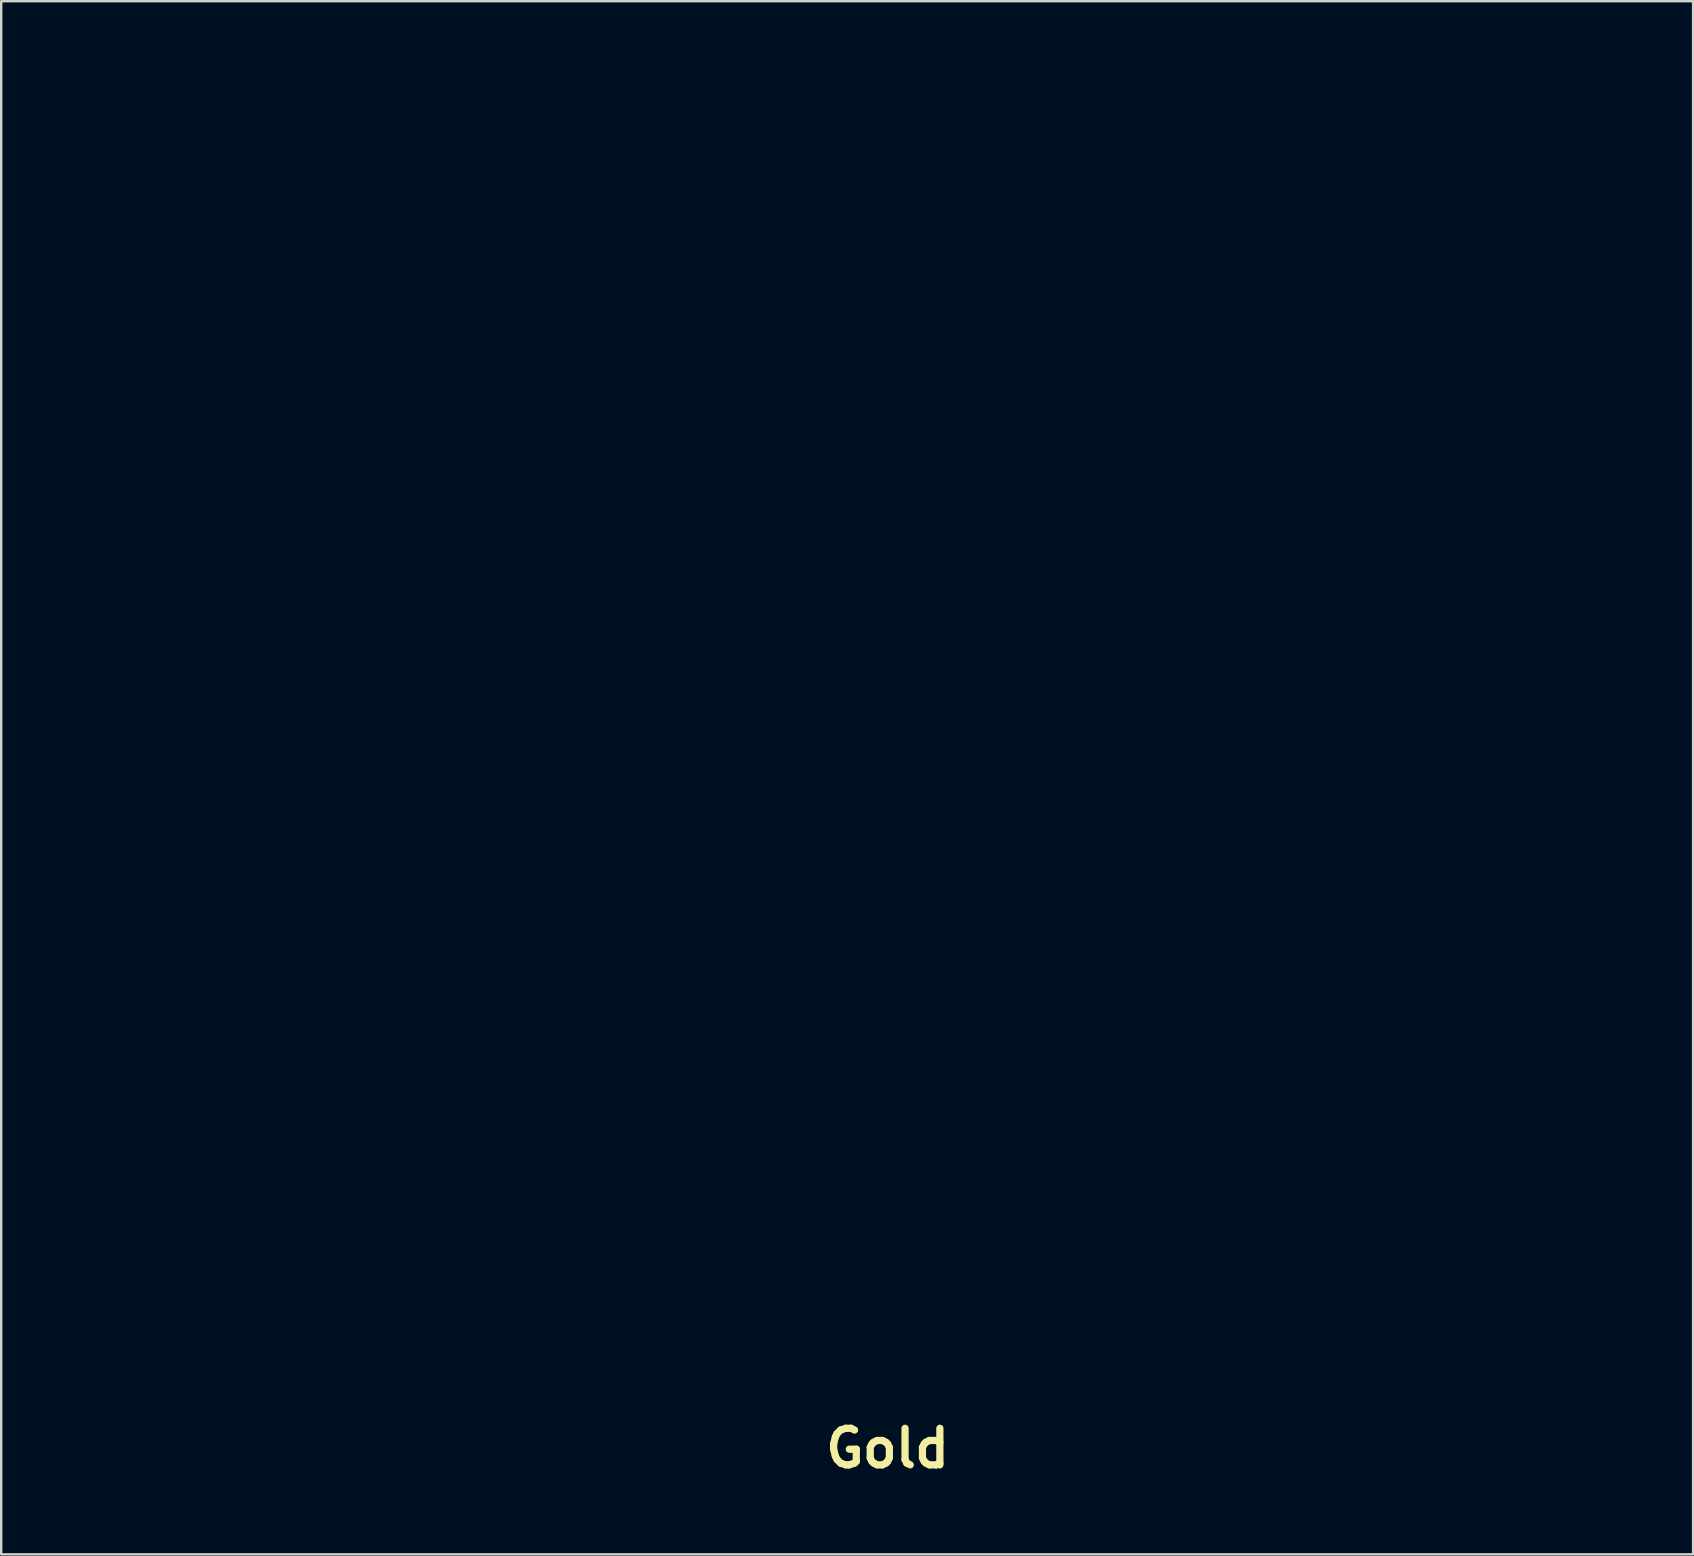
<source format=kicad_pcb>
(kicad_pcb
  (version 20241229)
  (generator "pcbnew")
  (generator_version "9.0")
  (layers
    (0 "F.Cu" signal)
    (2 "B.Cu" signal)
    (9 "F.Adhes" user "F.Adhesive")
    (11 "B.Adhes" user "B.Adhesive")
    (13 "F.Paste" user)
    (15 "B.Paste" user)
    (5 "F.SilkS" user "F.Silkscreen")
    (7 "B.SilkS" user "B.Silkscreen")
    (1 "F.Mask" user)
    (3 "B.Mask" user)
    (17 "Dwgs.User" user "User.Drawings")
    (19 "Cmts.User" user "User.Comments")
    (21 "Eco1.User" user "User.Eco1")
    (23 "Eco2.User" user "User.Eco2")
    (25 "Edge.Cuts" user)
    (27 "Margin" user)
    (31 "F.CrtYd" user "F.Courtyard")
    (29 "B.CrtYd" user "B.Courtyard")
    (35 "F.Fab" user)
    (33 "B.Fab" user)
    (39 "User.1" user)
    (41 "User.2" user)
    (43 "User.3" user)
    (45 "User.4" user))
  (footprint "Gold"
    (layer "F.Cu")
    (at 33.936 57.299)
    (property "Reference" "Gold" (at 0 0 0) (layer "F.SilkS") (effects (font (size 1.524 1.524) (thickness 0.3))))
    (attr through_hole)
    (fp_poly (pts (xy 16.072 -57.277) (xy 16.817 -57.207) (xy 17.476 -57.089) (xy 17.78 -57.003) (xy 18.701 -56.612) (xy 19.55 -56.097) (xy 20.29 -55.488) (xy 20.883 -54.81) (xy 21.13 -54.428) (xy 21.331 -54.113) (xy 21.566 -53.846) (xy 21.885 -53.58) (xy 22.283 -53.302) (xy 23.034 -52.75) (xy 23.645 -52.179) (xy 24.174 -51.528) (xy 24.581 -50.902) (xy 24.837 -50.508) (xy 25.186 -50.015) (xy 25.589 -49.475) (xy 26.006 -48.944) (xy 26.157 -48.759) (xy 26.937 -47.786) (xy 27.583 -46.911) (xy 28.09 -46.145) (xy 28.451 -45.495) (xy 28.572 -45.227) (xy 28.68 -44.923) (xy 28.75 -44.614) (xy 28.791 -44.242) (xy 28.81 -43.75) (xy 28.814 -43.48) (xy 28.82 -42.975) (xy 28.836 -42.623) (xy 28.873 -42.371) (xy 28.941 -42.17) (xy 29.052 -41.969) (xy 29.193 -41.752) (xy 29.625 -40.994) (xy 29.992 -40.133) (xy 30.281 -39.227) (xy 30.474 -38.327) (xy 30.557 -37.491) (xy 30.546 -37.023) (xy 30.392 -36.159) (xy 30.092 -35.32) (xy 29.668 -34.552) (xy 29.146 -33.902) (xy 28.76 -33.56) (xy 28.245 -33.172) (xy 28.307 -32.483) (xy 28.359 -31.671) (xy 28.373 -30.874) (xy 28.352 -30.137) (xy 28.295 -29.507) (xy 28.206 -29.028) (xy 28.199 -29.004) (xy 27.893 -28.207) (xy 27.432 -27.364) (xy 26.847 -26.513) (xy 26.167 -25.693) (xy 25.422 -24.942) (xy 24.641 -24.301) (xy 24.572 -24.252) (xy 23.636 -23.674) (xy 22.565 -23.162) (xy 21.422 -22.741) (xy 20.273 -22.435) (xy 19.471 -22.298) (xy 19.107 -22.23) (xy 18.776 -22.106) (xy 18.406 -21.895) (xy 18.164 -21.734) (xy 17.627 -21.395) (xy 17.115 -21.151) (xy 16.553 -20.972) (xy 15.868 -20.829) (xy 15.806 -20.818) (xy 15.268 -20.755) (xy 14.691 -20.748) (xy 14.044 -20.799) (xy 13.297 -20.914) (xy 12.416 -21.094) (xy 11.582 -21.292) (xy 10.865 -21.465) (xy 10.298 -21.591) (xy 9.833 -21.677) (xy 9.426 -21.73) (xy 9.029 -21.758) (xy 8.636 -21.767) (xy 7.614 -21.717) (xy 6.699 -21.549) (xy 5.911 -21.271) (xy 5.267 -20.889) (xy 4.785 -20.41) (xy 4.775 -20.396) (xy 4.492 -20.073) (xy 4.251 -19.924) (xy 4.066 -19.955) (xy 4.01 -20.021) (xy 3.984 -20.244) (xy 4.106 -20.542) (xy 4.348 -20.887) (xy 4.686 -21.247) (xy 5.092 -21.594) (xy 5.541 -21.897) (xy 5.769 -22.021) (xy 6.304 -22.258) (xy 6.832 -22.417) (xy 7.403 -22.51) (xy 8.072 -22.543) (xy 8.839 -22.528) (xy 9.492 -22.487) (xy 10.122 -22.415) (xy 10.796 -22.301) (xy 11.581 -22.137) (xy 11.786 -22.09) (xy 12.446 -21.942) (xy 12.97 -21.837) (xy 13.418 -21.768) (xy 13.848 -21.727) (xy 14.322 -21.706) (xy 14.9 -21.699) (xy 14.935 -21.698) (xy 15.579 -21.701) (xy 16.063 -21.718) (xy 16.431 -21.754) (xy 16.728 -21.813) (xy 16.942 -21.878) (xy 17.234 -21.992) (xy 17.428 -22.093) (xy 17.475 -22.142) (xy 17.381 -22.184) (xy 17.131 -22.23) (xy 16.769 -22.272) (xy 16.586 -22.288) (xy 16.124 -22.335) (xy 15.542 -22.414) (xy 14.916 -22.513) (xy 14.376 -22.61) (xy 13.018 -22.86) (xy 11.829 -23.05) (xy 10.785 -23.18) (xy 9.862 -23.25) (xy 9.033 -23.26) (xy 8.275 -23.209) (xy 7.563 -23.097) (xy 6.872 -22.925) (xy 6.178 -22.692) (xy 5.818 -22.55) (xy 5.236 -22.323) (xy 4.833 -22.189) (xy 4.608 -22.151) (xy 4.561 -22.208) (xy 4.689 -22.362) (xy 4.993 -22.613) (xy 5.359 -22.883) (xy 6.945 -23.93) (xy 7.283 -24.116) (xy 8.354 -24.116) (xy 8.366 -24.101) (xy 8.484 -24.137) (xy 8.658 -24.167) (xy 8.991 -24.199) (xy 9.436 -24.229) (xy 9.949 -24.254) (xy 10.037 -24.258) (xy 10.633 -24.273) (xy 11.167 -24.267) (xy 11.681 -24.234) (xy 12.217 -24.168) (xy 12.819 -24.065) (xy 13.528 -23.919) (xy 14.387 -23.725) (xy 14.464 -23.707) (xy 15.64 -23.459) (xy 16.677 -23.297) (xy 17.622 -23.22) (xy 18.518 -23.225) (xy 19.41 -23.31) (xy 20.075 -23.419) (xy 21.4 -23.761) (xy 22.731 -24.281) (xy 24.021 -24.959) (xy 24.509 -25.266) (xy 24.925 -25.55) (xy 25.165 -25.736) (xy 25.231 -25.826) (xy 25.122 -25.822) (xy 24.841 -25.725) (xy 24.811 -25.713) (xy 24.071 -25.474) (xy 23.229 -25.303) (xy 22.268 -25.199) (xy 21.173 -25.162) (xy 19.929 -25.191) (xy 18.519 -25.286) (xy 17.374 -25.396) (xy 16.049 -25.519) (xy 14.885 -25.584) (xy 13.849 -25.589) (xy 12.906 -25.531) (xy 12.023 -25.408) (xy 11.165 -25.216) (xy 10.298 -24.953) (xy 9.906 -24.815) (xy 9.613 -24.701) (xy 9.291 -24.566) (xy 8.972 -24.425) (xy 8.689 -24.292) (xy 8.472 -24.184) (xy 8.354 -24.116) (xy 7.283 -24.116) (xy 8.504 -24.784) (xy 10.033 -25.443) (xy 11.528 -25.906) (xy 12.006 -26.013) (xy 12.481 -26.117) (xy 12.918 -26.226) (xy 13.255 -26.322) (xy 13.381 -26.367) (xy 13.47 -26.425) (xy 17.744 -26.425) (xy 17.747 -26.376) (xy 17.863 -26.339) (xy 18.115 -26.303) (xy 18.528 -26.262) (xy 18.999 -26.217) (xy 19.759 -26.17) (xy 20.558 -26.164) (xy 21.338 -26.196) (xy 22.038 -26.263) (xy 22.6 -26.364) (xy 22.619 -26.369) (xy 23.637 -26.731) (xy 24.583 -27.272) (xy 25.434 -27.975) (xy 26.169 -28.823) (xy 26.525 -29.363) (xy 26.748 -29.751) (xy 26.885 -30.049) (xy 26.96 -30.336) (xy 26.997 -30.692) (xy 27.012 -30.983) (xy 27.048 -31.845) (xy 26.38 -31.22) (xy 25.85 -30.776) (xy 25.283 -30.416) (xy 24.631 -30.115) (xy 23.848 -29.851) (xy 23.368 -29.719) (xy 22.567 -29.502) (xy 21.919 -29.3) (xy 21.376 -29.087) (xy 20.893 -28.841) (xy 20.422 -28.537) (xy 19.917 -28.151) (xy 19.33 -27.659) (xy 19.309 -27.64) (xy 18.902 -27.297) (xy 18.515 -26.983) (xy 18.193 -26.734) (xy 17.988 -26.589) (xy 17.832 -26.493) (xy 17.744 -26.425) (xy 13.47 -26.425) (xy 13.564 -26.486) (xy 13.803 -26.68) (xy 14.955 -26.68) (xy 14.995 -26.638) (xy 15.198 -26.665) (xy 15.575 -26.759) (xy 15.843 -26.832) (xy 16.532 -27.05) (xy 17.145 -27.311) (xy 17.736 -27.644) (xy 18.357 -28.079) (xy 18.948 -28.551) (xy 19.565 -29.048) (xy 20.106 -29.445) (xy 20.621 -29.769) (xy 21.16 -30.046) (xy 21.771 -30.302) (xy 22.503 -30.565) (xy 22.978 -30.722) (xy 23.981 -31.065) (xy 24.795 -31.379) (xy 25.431 -31.669) (xy 25.898 -31.94) (xy 26.112 -32.103) (xy 26.245 -32.241) (xy 26.225 -32.28) (xy 26.198 -32.274) (xy 26.045 -32.237) (xy 25.731 -32.17) (xy 25.293 -32.079) (xy 24.769 -31.973) (xy 24.42 -31.904) (xy 23.611 -31.74) (xy 22.96 -31.598) (xy 22.426 -31.466) (xy 21.967 -31.332) (xy 21.542 -31.184) (xy 21.109 -31.012) (xy 20.931 -30.937) (xy 19.918 -30.449) (xy 18.917 -29.855) (xy 17.895 -29.132) (xy 16.82 -28.258) (xy 16.51 -27.988) (xy 16.123 -27.653) (xy 15.724 -27.321) (xy 15.385 -27.048) (xy 15.308 -26.99) (xy 15.063 -26.796) (xy 14.955 -26.68) (xy 13.803 -26.68) (xy 13.857 -26.724) (xy 14.229 -27.056) (xy 14.65 -27.453) (xy 15.017 -27.816) (xy 15.554 -28.341) (xy 16.165 -28.908) (xy 16.787 -29.46) (xy 17.36 -29.944) (xy 17.577 -30.118) (xy 18.032 -30.481) (xy 18.446 -30.82) (xy 18.785 -31.108) (xy 19.016 -31.316) (xy 19.081 -31.382) (xy 19.326 -31.713) (xy 19.553 -32.131) (xy 21.053 -32.131) (xy 21.626 -32.422) (xy 21.945 -32.574) (xy 22.202 -32.68) (xy 22.324 -32.714) (xy 22.409 -32.801) (xy 22.563 -33.041) (xy 22.767 -33.403) (xy 22.771 -33.412) (xy 24.551 -33.412) (xy 24.57 -33.325) (xy 24.575 -33.325) (xy 24.708 -33.355) (xy 24.986 -33.435) (xy 25.36 -33.551) (xy 25.587 -33.624) (xy 26.574 -33.994) (xy 27.379 -34.407) (xy 28.023 -34.881) (xy 28.526 -35.436) (xy 28.906 -36.09) (xy 29.186 -36.861) (xy 29.226 -37.009) (xy 29.328 -37.59) (xy 29.38 -38.287) (xy 29.379 -39.019) (xy 29.325 -39.704) (xy 29.263 -40.081) (xy 29.132 -40.691) (xy 28.958 -40.062) (xy 28.754 -39.475) (xy 28.465 -38.924) (xy 28.065 -38.373) (xy 27.53 -37.785) (xy 27.048 -37.32) (xy 26.494 -36.791) (xy 26.068 -36.345) (xy 25.741 -35.94) (xy 25.48 -35.534) (xy 25.254 -35.084) (xy 25.083 -34.677) (xy 24.916 -34.27) (xy 24.76 -33.902) (xy 24.642 -33.642) (xy 24.623 -33.604) (xy 24.551 -33.412) (xy 22.771 -33.412) (xy 23.003 -33.856) (xy 23.156 -34.163) (xy 23.636 -35.091) (xy 24.101 -35.865) (xy 24.582 -36.528) (xy 25.111 -37.125) (xy 25.687 -37.671) (xy 26.214 -38.142) (xy 26.612 -38.516) (xy 26.91 -38.826) (xy 27.135 -39.104) (xy 27.317 -39.382) (xy 27.484 -39.692) (xy 27.509 -39.742) (xy 27.67 -40.079) (xy 27.787 -40.346) (xy 27.838 -40.491) (xy 27.838 -40.497) (xy 27.772 -40.471) (xy 27.595 -40.327) (xy 27.339 -40.094) (xy 27.203 -39.964) (xy 26.871 -39.657) (xy 26.431 -39.277) (xy 25.942 -38.872) (xy 25.459 -38.489) (xy 25.451 -38.482) (xy 24.96 -38.088) (xy 24.456 -37.656) (xy 23.997 -37.239) (xy 23.648 -36.894) (xy 23.44 -36.667) (xy 23.256 -36.45) (xy 23.084 -36.219) (xy 22.91 -35.949) (xy 22.722 -35.619) (xy 22.506 -35.203) (xy 22.248 -34.678) (xy 21.935 -34.021) (xy 21.555 -33.208) (xy 21.461 -33.007) (xy 21.053 -32.131) (xy 19.553 -32.131) (xy 19.566 -32.153) (xy 19.813 -32.73) (xy 20.081 -33.472) (xy 20.168 -33.731) (xy 20.543 -34.778) (xy 20.942 -35.678) (xy 21.394 -36.492) (xy 21.932 -37.275) (xy 22.37 -37.829) (xy 22.604 -38.13) (xy 22.759 -38.395) (xy 22.835 -38.662) (xy 22.833 -38.971) (xy 22.756 -39.362) (xy 22.602 -39.873) (xy 22.434 -40.371) (xy 22.257 -40.895) (xy 22.137 -41.295) (xy 22.062 -41.637) (xy 22.023 -41.987) (xy 22.007 -42.411) (xy 22.002 -42.875) (xy 22 -43.332) (xy 22.724 -43.332) (xy 22.747 -42.708) (xy 22.814 -42.183) (xy 22.94 -41.658) (xy 23.001 -41.453) (xy 23.161 -40.931) (xy 23.333 -40.361) (xy 23.483 -39.858) (xy 23.495 -39.815) (xy 23.64 -39.395) (xy 23.77 -39.151) (xy 23.875 -39.087) (xy 23.948 -39.208) (xy 23.977 -39.52) (xy 23.977 -39.559) (xy 23.956 -39.829) (xy 23.899 -40.239) (xy 23.815 -40.727) (xy 23.732 -41.148) (xy 23.569 -41.976) (xy 23.465 -42.657) (xy 23.427 -43.221) (xy 24.393 -43.221) (xy 24.418 -42.416) (xy 24.503 -41.539) (xy 24.646 -40.633) (xy 24.744 -40.153) (xy 24.796 -39.92) (xy 25.428 -40.276) (xy 25.807 -40.501) (xy 26.167 -40.733) (xy 26.402 -40.903) (xy 26.651 -41.172) (xy 26.921 -41.583) (xy 27.113 -41.949) (xy 27.3 -42.362) (xy 27.411 -42.686) (xy 27.465 -43.009) (xy 27.481 -43.418) (xy 27.481 -43.586) (xy 27.471 -44.054) (xy 27.429 -44.404) (xy 27.337 -44.721) (xy 27.179 -45.089) (xy 27.162 -45.124) (xy 26.941 -45.548) (xy 26.654 -46.035) (xy 26.362 -46.485) (xy 26.337 -46.521) (xy 25.829 -47.243) (xy 25.659 -46.72) (xy 25.509 -46.355) (xy 25.291 -45.926) (xy 25.085 -45.578) (xy 24.853 -45.182) (xy 24.65 -44.765) (xy 24.533 -44.457) (xy 24.431 -43.915) (xy 24.393 -43.221) (xy 23.427 -43.221) (xy 23.425 -43.241) (xy 23.456 -43.775) (xy 23.562 -44.309) (xy 23.749 -44.892) (xy 24.02 -45.572) (xy 24.263 -46.128) (xy 24.495 -46.674) (xy 24.705 -47.213) (xy 24.873 -47.691) (xy 24.979 -48.053) (xy 24.994 -48.121) (xy 25.056 -48.48) (xy 25.064 -48.713) (xy 25.012 -48.888) (xy 24.936 -49.019) (xy 24.755 -49.295) (xy 24.618 -48.76) (xy 24.514 -48.462) (xy 24.333 -48.044) (xy 24.1 -47.56) (xy 23.839 -47.065) (xy 23.83 -47.048) (xy 23.405 -46.237) (xy 23.096 -45.534) (xy 22.889 -44.89) (xy 22.77 -44.258) (xy 22.725 -43.591) (xy 22.724 -43.332) (xy 22 -43.332) (xy 21.996 -44.145) (xy 21.387 -44.552) (xy 20.855 -44.982) (xy 20.415 -45.488) (xy 20.101 -46.024) (xy 19.944 -46.542) (xy 19.94 -46.573) (xy 19.883 -46.861) (xy 19.801 -47.023) (xy 19.764 -47.041) (xy 19.616 -47.084) (xy 19.346 -47.196) (xy 19.021 -47.351) (xy 18.697 -47.564) (xy 20.896 -47.564) (xy 20.998 -46.95) (xy 21.161 -46.499) (xy 21.38 -46.099) (xy 21.628 -45.756) (xy 21.88 -45.496) (xy 22.107 -45.343) (xy 22.283 -45.32) (xy 22.371 -45.423) (xy 22.327 -45.552) (xy 22.175 -45.766) (xy 22.037 -45.922) (xy 21.699 -46.362) (xy 21.475 -46.866) (xy 21.362 -47.455) (xy 21.361 -47.66) (xy 21.973 -47.66) (xy 22.043 -47.309) (xy 22.051 -47.282) (xy 22.166 -46.997) (xy 22.318 -46.694) (xy 22.477 -46.43) (xy 22.607 -46.261) (xy 22.658 -46.229) (xy 22.719 -46.314) (xy 22.855 -46.549) (xy 23.047 -46.903) (xy 23.279 -47.344) (xy 23.398 -47.574) (xy 23.739 -48.27) (xy 23.976 -48.827) (xy 24.115 -49.274) (xy 24.162 -49.641) (xy 24.126 -49.959) (xy 24.029 -50.225) (xy 23.889 -50.433) (xy 23.679 -50.656) (xy 23.449 -50.852) (xy 23.248 -50.978) (xy 23.125 -50.993) (xy 23.121 -50.989) (xy 23.069 -50.888) (xy 22.953 -50.636) (xy 22.788 -50.272) (xy 22.592 -49.831) (xy 22.568 -49.776) (xy 22.274 -49.073) (xy 22.082 -48.508) (xy 21.984 -48.048) (xy 21.973 -47.66) (xy 21.361 -47.66) (xy 21.359 -48.152) (xy 21.464 -48.978) (xy 21.676 -49.956) (xy 21.692 -50.022) (xy 21.894 -50.902) (xy 22.01 -51.606) (xy 22.041 -52.144) (xy 21.988 -52.523) (xy 21.942 -52.635) (xy 21.827 -52.799) (xy 21.739 -52.793) (xy 21.672 -52.607) (xy 21.62 -52.232) (xy 21.607 -52.095) (xy 21.555 -51.698) (xy 21.463 -51.176) (xy 21.343 -50.599) (xy 21.223 -50.089) (xy 21.008 -49.108) (xy 20.899 -48.274) (xy 20.896 -47.564) (xy 18.697 -47.564) (xy 18.326 -47.807) (xy 17.706 -48.446) (xy 17.158 -49.271) (xy 16.928 -49.715) (xy 16.685 -50.224) (xy 16.399 -50.823) (xy 16.115 -51.419) (xy 15.975 -51.714) (xy 15.73 -52.195) (xy 15.469 -52.655) (xy 15.225 -53.035) (xy 15.078 -53.229) (xy 14.434 -53.827) (xy 13.657 -54.314) (xy 12.796 -54.665) (xy 11.904 -54.854) (xy 11.897 -54.854) (xy 11.573 -54.9) (xy 11.394 -54.967) (xy 11.301 -55.089) (xy 11.257 -55.22) (xy 11.224 -55.402) (xy 11.265 -55.554) (xy 11.393 -55.715) (xy 12.787 -55.715) (xy 13.467 -55.589) (xy 14.368 -55.324) (xy 15.218 -54.879) (xy 15.929 -54.321) (xy 16.147 -54.101) (xy 16.341 -53.867) (xy 16.532 -53.586) (xy 16.741 -53.221) (xy 16.99 -52.739) (xy 17.285 -52.137) (xy 17.662 -51.371) (xy 17.979 -50.759) (xy 18.257 -50.271) (xy 18.515 -49.873) (xy 18.775 -49.534) (xy 19.056 -49.222) (xy 19.23 -49.047) (xy 19.585 -48.733) (xy 19.832 -48.588) (xy 19.974 -48.612) (xy 20.015 -48.777) (xy 19.952 -48.972) (xy 19.789 -49.239) (xy 19.66 -49.404) (xy 19.429 -49.747) (xy 19.157 -50.278) (xy 18.85 -50.988) (xy 18.512 -51.867) (xy 18.233 -52.651) (xy 17.81 -53.685) (xy 17.32 -54.53) (xy 16.759 -55.19) (xy 16.124 -55.668) (xy 15.667 -55.884) (xy 15.31 -56) (xy 14.968 -56.059) (xy 14.558 -56.072) (xy 14.224 -56.061) (xy 13.758 -56.021) (xy 13.36 -55.956) (xy 13.092 -55.876) (xy 13.074 -55.867) (xy 12.787 -55.715) (xy 11.393 -55.715) (xy 11.408 -55.733) (xy 11.637 -55.953) (xy 12.232 -56.4) (xy 12.722 -56.661) (xy 16.253 -56.661) (xy 16.309 -56.587) (xy 16.519 -56.437) (xy 16.723 -56.304) (xy 17.259 -55.906) (xy 17.721 -55.444) (xy 18.127 -54.891) (xy 18.491 -54.222) (xy 18.83 -53.409) (xy 19.159 -52.428) (xy 19.251 -52.121) (xy 19.417 -51.589) (xy 19.593 -51.079) (xy 19.758 -50.65) (xy 19.891 -50.36) (xy 20.158 -49.87) (xy 20.345 -50.919) (xy 20.461 -51.773) (xy 20.497 -52.558) (xy 20.491 -52.781) (xy 20.379 -53.626) (xy 20.14 -54.377) (xy 19.788 -54.998) (xy 19.646 -55.17) (xy 19.251 -55.513) (xy 18.708 -55.853) (xy 18.071 -56.162) (xy 17.394 -56.412) (xy 17.108 -56.492) (xy 16.642 -56.609) (xy 16.36 -56.667) (xy 16.253 -56.661) (xy 12.722 -56.661) (xy 12.963 -56.79) (xy 13.767 -57.091) (xy 14.017 -57.16) (xy 14.602 -57.256) (xy 15.31 -57.294) (xy 16.072 -57.277)) (stroke (width 0.01) (type solid)) (fill yes) (layer "F.Mask"))
    (fp_poly (pts (xy -18.078 -57.274) (xy -17.649 -57.22) (xy -17.37 -57.16) (xy -16.557 -56.893) (xy -15.797 -56.527) (xy -15.154 -56.094) (xy -14.99 -55.953) (xy -14.735 -55.706) (xy -14.607 -55.534) (xy -14.578 -55.381) (xy -14.61 -55.22) (xy -14.674 -55.047) (xy -14.782 -54.947) (xy -14.987 -54.888) (xy -15.298 -54.847) (xy -16.236 -54.641) (xy -17.133 -54.244) (xy -17.674 -53.894) (xy -18.107 -53.542) (xy -18.47 -53.163) (xy -18.794 -52.713) (xy -19.115 -52.145) (xy -19.375 -51.613) (xy -19.755 -50.803) (xy -20.064 -50.153) (xy -20.317 -49.64) (xy -20.527 -49.238) (xy -20.709 -48.925) (xy -20.875 -48.674) (xy -21.041 -48.463) (xy -21.22 -48.267) (xy -21.378 -48.107) (xy -21.735 -47.766) (xy -22.025 -47.53) (xy -22.317 -47.351) (xy -22.679 -47.185) (xy -22.885 -47.101) (xy -23.141 -46.972) (xy -23.25 -46.819) (xy -23.269 -46.665) (xy -23.364 -46.171) (xy -23.627 -45.65) (xy -24.031 -45.139) (xy -24.55 -44.675) (xy -24.789 -44.509) (xy -25.349 -44.145) (xy -25.356 -42.875) (xy -25.363 -42.336) (xy -25.383 -41.926) (xy -25.428 -41.58) (xy -25.509 -41.23) (xy -25.638 -40.811) (xy -25.788 -40.367) (xy -25.997 -39.738) (xy -26.133 -39.259) (xy -26.193 -38.892) (xy -26.177 -38.597) (xy -26.084 -38.336) (xy -25.913 -38.069) (xy -25.723 -37.829) (xy -25.141 -37.081) (xy -24.655 -36.343) (xy -24.236 -35.563) (xy -23.857 -34.691) (xy -23.489 -33.672) (xy -23.456 -33.575) (xy -23.188 -32.818) (xy -22.924 -32.215) (xy -22.635 -31.721) (xy -22.288 -31.289) (xy -21.853 -30.874) (xy -21.366 -30.481) (xy -20.704 -29.953) (xy -20.006 -29.364) (xy -19.313 -28.749) (xy -18.668 -28.147) (xy -18.112 -27.595) (xy -17.746 -27.201) (xy -17.438 -26.869) (xy -17.152 -26.62) (xy -16.845 -26.432) (xy -16.472 -26.283) (xy -15.986 -26.149) (xy -15.349 -26.011) (xy -13.88 -25.617) (xy -12.374 -25.027) (xy -10.835 -24.245) (xy -9.269 -23.271) (xy -8.712 -22.883) (xy -8.269 -22.552) (xy -8.002 -22.32) (xy -7.911 -22.185) (xy -7.997 -22.148) (xy -8.261 -22.209) (xy -8.703 -22.365) (xy -9.153 -22.547) (xy -10.259 -22.939) (xy -11.336 -23.173) (xy -12.46 -23.264) (xy -12.688 -23.266) (xy -13.15 -23.261) (xy -13.597 -23.241) (xy -14.062 -23.202) (xy -14.578 -23.141) (xy -15.178 -23.053) (xy -15.896 -22.934) (xy -16.765 -22.78) (xy -17.221 -22.696) (xy -17.892 -22.578) (xy -18.558 -22.47) (xy -19.17 -22.379) (xy -19.677 -22.312) (xy -19.99 -22.281) (xy -20.374 -22.244) (xy -20.665 -22.2) (xy -20.817 -22.156) (xy -20.828 -22.142) (xy -20.74 -22.068) (xy -20.514 -21.961) (xy -20.295 -21.878) (xy -20.024 -21.799) (xy -19.715 -21.745) (xy -19.327 -21.713) (xy -18.813 -21.699) (xy -18.288 -21.698) (xy -17.623 -21.708) (xy -17.083 -21.736) (xy -16.589 -21.791) (xy -16.063 -21.882) (xy -15.426 -22.017) (xy -15.392 -22.025) (xy -14.563 -22.207) (xy -13.89 -22.345) (xy -13.334 -22.443) (xy -12.854 -22.505) (xy -12.411 -22.538) (xy -11.964 -22.546) (xy -11.474 -22.535) (xy -11.395 -22.532) (xy -10.656 -22.481) (xy -10.055 -22.383) (xy -9.529 -22.219) (xy -9.015 -21.971) (xy -8.621 -21.733) (xy -8.261 -21.461) (xy -7.918 -21.133) (xy -7.626 -20.789) (xy -7.42 -20.471) (xy -7.334 -20.223) (xy -7.336 -20.178) (xy -7.436 -19.981) (xy -7.619 -19.927) (xy -7.823 -20.014) (xy -7.961 -20.187) (xy -8.325 -20.672) (xy -8.859 -21.078) (xy -9.544 -21.399) (xy -10.357 -21.625) (xy -11.279 -21.749) (xy -11.989 -21.771) (xy -12.451 -21.758) (xy -12.872 -21.724) (xy -13.306 -21.66) (xy -13.806 -21.558) (xy -14.428 -21.408) (xy -14.681 -21.344) (xy -15.643 -21.108) (xy -16.447 -20.935) (xy -17.131 -20.821) (xy -17.727 -20.761) (xy -18.271 -20.751) (xy -18.799 -20.787) (xy -18.986 -20.81) (xy -19.743 -20.939) (xy -20.353 -21.113) (xy -20.873 -21.352) (xy -21.331 -21.656) (xy -21.667 -21.878) (xy -22.028 -22.037) (xy -22.489 -22.162) (xy -22.673 -22.201) (xy -23.45 -22.383) (xy -24.291 -22.623) (xy -25.116 -22.894) (xy -25.845 -23.173) (xy -26.043 -23.259) (xy -27.002 -23.747) (xy -27.922 -24.327) (xy -28.769 -24.97) (xy -29.435 -25.582) (xy -28.422 -25.582) (xy -28.339 -25.496) (xy -28.138 -25.342) (xy -27.095 -24.671) (xy -25.922 -24.109) (xy -24.676 -23.68) (xy -24.265 -23.574) (xy -22.962 -23.328) (xy -21.709 -23.224) (xy -20.446 -23.262) (xy -19.116 -23.442) (xy -18.644 -23.535) (xy -18.002 -23.669) (xy -17.272 -23.822) (xy -16.566 -23.97) (xy -16.205 -24.046) (xy -15.677 -24.151) (xy -15.241 -24.22) (xy -14.83 -24.258) (xy -14.377 -24.27) (xy -13.818 -24.261) (xy -13.513 -24.251) (xy -12.965 -24.228) (xy -12.473 -24.2) (xy -12.079 -24.17) (xy -11.83 -24.142) (xy -11.786 -24.133) (xy -11.706 -24.123) (xy -11.783 -24.175) (xy -11.985 -24.275) (xy -12.28 -24.407) (xy -12.636 -24.559) (xy -13.021 -24.717) (xy -13.403 -24.867) (xy -13.75 -24.995) (xy -13.864 -25.034) (xy -14.683 -25.273) (xy -15.528 -25.446) (xy -16.429 -25.553) (xy -17.416 -25.596) (xy -18.517 -25.577) (xy -19.763 -25.497) (xy -20.726 -25.407) (xy -21.743 -25.305) (xy -22.59 -25.227) (xy -23.301 -25.172) (xy -23.908 -25.14) (xy -24.443 -25.128) (xy -24.939 -25.137) (xy -25.429 -25.165) (xy -25.945 -25.211) (xy -26.219 -25.24) (xy -26.777 -25.306) (xy -27.29 -25.374) (xy -27.711 -25.437) (xy -27.993 -25.49) (xy -28.047 -25.503) (xy -28.328 -25.579) (xy -28.422 -25.582) (xy -29.435 -25.582) (xy -29.506 -25.647) (xy -30.094 -26.329) (xy -30.295 -26.619) (xy -30.737 -27.324) (xy -31.078 -27.902) (xy -31.329 -28.397) (xy -31.505 -28.85) (xy -31.616 -29.304) (xy -31.675 -29.802) (xy -31.694 -30.385) (xy -31.686 -31.097) (xy -31.678 -31.399) (xy -31.667 -31.845) (xy -30.401 -31.845) (xy -30.364 -30.983) (xy -30.338 -30.538) (xy -30.288 -30.215) (xy -30.19 -29.931) (xy -30.02 -29.606) (xy -29.895 -29.391) (xy -29.216 -28.436) (xy -28.414 -27.636) (xy -27.499 -26.998) (xy -26.485 -26.532) (xy -25.385 -26.247) (xy -25.18 -26.215) (xy -24.783 -26.183) (xy -24.238 -26.17) (xy -23.601 -26.174) (xy -22.927 -26.195) (xy -22.27 -26.231) (xy -21.686 -26.281) (xy -21.534 -26.298) (xy -20.994 -26.365) (xy -21.411 -26.641) (xy -21.661 -26.822) (xy -22.011 -27.098) (xy -22.409 -27.428) (xy -22.719 -27.693) (xy -23.284 -28.171) (xy -23.781 -28.549) (xy -24.255 -28.85) (xy -24.752 -29.098) (xy -25.318 -29.315) (xy -25.998 -29.524) (xy -26.721 -29.719) (xy -27.592 -29.973) (xy -28.306 -30.252) (xy -28.912 -30.578) (xy -29.456 -30.975) (xy -29.733 -31.22) (xy -30.401 -31.845) (xy -31.667 -31.845) (xy -31.655 -32.277) (xy -29.636 -32.277) (xy -29.578 -32.199) (xy -29.411 -32.064) (xy -29.167 -31.897) (xy -28.879 -31.721) (xy -28.632 -31.588) (xy -28.339 -31.457) (xy -27.898 -31.283) (xy -27.358 -31.082) (xy -26.764 -30.873) (xy -26.354 -30.735) (xy -25.526 -30.452) (xy -24.849 -30.193) (xy -24.275 -29.932) (xy -23.759 -29.645) (xy -23.253 -29.306) (xy -22.711 -28.891) (xy -22.298 -28.551) (xy -21.668 -28.044) (xy -21.123 -27.657) (xy -20.61 -27.359) (xy -20.076 -27.12) (xy -19.468 -26.91) (xy -19.327 -26.867) (xy -18.811 -26.72) (xy -18.477 -26.644) (xy -18.314 -26.638) (xy -18.312 -26.703) (xy -18.463 -26.84) (xy -18.552 -26.907) (xy -18.777 -27.082) (xy -19.112 -27.358) (xy -19.514 -27.698) (xy -19.941 -28.067) (xy -20.015 -28.133) (xy -21.331 -29.203) (xy -22.63 -30.082) (xy -23.926 -30.779) (xy -25.236 -31.303) (xy -25.311 -31.328) (xy -25.677 -31.433) (xy -26.187 -31.562) (xy -26.785 -31.7) (xy -27.416 -31.835) (xy -27.724 -31.897) (xy -28.29 -32.009) (xy -28.794 -32.111) (xy -29.198 -32.195) (xy -29.466 -32.253) (xy -29.552 -32.274) (xy -29.636 -32.277) (xy -31.655 -32.277) (xy -31.631 -33.192) (xy -31.988 -33.436) (xy -32.528 -33.913) (xy -33.011 -34.544) (xy -33.415 -35.282) (xy -33.717 -36.081) (xy -33.894 -36.894) (xy -33.931 -37.44) (xy -33.873 -38.121) (xy -33.791 -38.526) (xy -32.727 -38.526) (xy -32.657 -37.482) (xy -32.456 -36.583) (xy -32.118 -35.812) (xy -31.639 -35.155) (xy -31.419 -34.932) (xy -31.047 -34.613) (xy -30.66 -34.348) (xy -30.209 -34.112) (xy -29.647 -33.878) (xy -29.058 -33.668) (xy -28.546 -33.495) (xy -28.2 -33.388) (xy -27.996 -33.346) (xy -27.907 -33.367) (xy -27.908 -33.452) (xy -27.974 -33.597) (xy -27.984 -33.617) (xy -28.097 -33.861) (xy -28.246 -34.219) (xy -28.397 -34.608) (xy -28.632 -35.162) (xy -28.908 -35.659) (xy -29.258 -36.142) (xy -29.71 -36.65) (xy -30.295 -37.225) (xy -30.397 -37.32) (xy -31.04 -37.952) (xy -31.532 -38.52) (xy -31.897 -39.059) (xy -32.16 -39.604) (xy -32.311 -40.062) (xy -32.434 -40.508) (xy -31.191 -40.508) (xy -31.148 -40.386) (xy -31.035 -40.135) (xy -30.875 -39.804) (xy -30.845 -39.743) (xy -30.687 -39.441) (xy -30.533 -39.186) (xy -30.356 -38.947) (xy -30.129 -38.692) (xy -29.824 -38.39) (xy -29.413 -38.01) (xy -29.021 -37.656) (xy -28.41 -37.066) (xy -27.88 -36.459) (xy -27.4 -35.79) (xy -26.938 -35.013) (xy -26.46 -34.083) (xy -26.458 -34.079) (xy -26.203 -33.558) (xy -26.013 -33.191) (xy -25.866 -32.945) (xy -25.739 -32.791) (xy -25.61 -32.697) (xy -25.459 -32.633) (xy -25.41 -32.617) (xy -25.069 -32.481) (xy -24.759 -32.319) (xy -24.72 -32.295) (xy -24.523 -32.168) (xy -24.421 -32.107) (xy -24.418 -32.106) (xy -24.453 -32.194) (xy -24.561 -32.437) (xy -24.728 -32.808) (xy -24.943 -33.279) (xy -25.191 -33.821) (xy -25.208 -33.858) (xy -25.603 -34.702) (xy -25.948 -35.391) (xy -26.269 -35.961) (xy -26.593 -36.445) (xy -26.947 -36.878) (xy -27.357 -37.293) (xy -27.849 -37.726) (xy -28.451 -38.209) (xy -28.799 -38.479) (xy -29.281 -38.861) (xy -29.771 -39.266) (xy -30.213 -39.647) (xy -30.549 -39.956) (xy -30.556 -39.964) (xy -30.838 -40.231) (xy -31.056 -40.422) (xy -31.177 -40.51) (xy -31.191 -40.508) (xy -32.434 -40.508) (xy -32.485 -40.691) (xy -32.608 -40.101) (xy -32.664 -39.725) (xy -32.705 -39.232) (xy -32.726 -38.71) (xy -32.727 -38.526) (xy -33.791 -38.526) (xy -33.713 -38.907) (xy -33.47 -39.736) (xy -33.162 -40.55) (xy -32.809 -41.288) (xy -32.593 -41.656) (xy -32.168 -42.316) (xy -32.194 -43.282) (xy -32.195 -43.67) (xy -30.859 -43.67) (xy -30.805 -43.029) (xy -30.783 -42.914) (xy -30.638 -42.398) (xy -30.425 -41.871) (xy -30.176 -41.399) (xy -29.921 -41.046) (xy -29.855 -40.979) (xy -29.599 -40.775) (xy -29.274 -40.559) (xy -28.922 -40.354) (xy -28.59 -40.185) (xy -28.319 -40.074) (xy -28.156 -40.045) (xy -28.131 -40.061) (xy -28.087 -40.207) (xy -28.022 -40.506) (xy -27.945 -40.911) (xy -27.886 -41.25) (xy -27.75 -42.243) (xy -27.704 -43.089) (xy -27.753 -43.822) (xy -27.902 -44.48) (xy -28.155 -45.098) (xy -28.452 -45.612) (xy -28.686 -46.011) (xy -28.894 -46.432) (xy -29.017 -46.737) (xy -29.183 -47.246) (xy -29.693 -46.508) (xy -30.21 -45.698) (xy -30.571 -44.975) (xy -30.784 -44.309) (xy -30.859 -43.67) (xy -32.195 -43.67) (xy -32.195 -43.864) (xy -32.152 -44.329) (xy -32.058 -44.76) (xy -32.012 -44.915) (xy -31.8 -45.432) (xy -31.457 -46.064) (xy -31 -46.783) (xy -30.446 -47.566) (xy -29.812 -48.386) (xy -29.691 -48.532) (xy -28.402 -48.532) (xy -28.35 -48.134) (xy -28.209 -47.623) (xy -27.976 -46.981) (xy -27.645 -46.189) (xy -27.489 -45.836) (xy -27.168 -45.082) (xy -26.944 -44.444) (xy -26.812 -43.868) (xy -26.765 -43.299) (xy -26.799 -42.685) (xy -26.908 -41.972) (xy -27.034 -41.351) (xy -27.187 -40.59) (xy -27.279 -40.005) (xy -27.311 -39.58) (xy -27.287 -39.298) (xy -27.224 -39.161) (xy -27.15 -39.107) (xy -27.08 -39.16) (xy -26.997 -39.35) (xy -26.883 -39.705) (xy -26.871 -39.745) (xy -26.733 -40.204) (xy -26.565 -40.754) (xy -26.4 -41.291) (xy -26.366 -41.402) (xy -26.201 -42.009) (xy -26.11 -42.558) (xy -26.076 -43.17) (xy -26.074 -43.282) (xy -26.082 -43.816) (xy -26.123 -44.301) (xy -26.209 -44.77) (xy -26.35 -45.255) (xy -26.404 -45.394) (xy -25.673 -45.394) (xy -25.665 -45.357) (xy -25.603 -45.268) (xy -25.488 -45.292) (xy -25.293 -45.419) (xy -25.029 -45.655) (xy -24.778 -45.953) (xy -24.738 -46.011) (xy -24.58 -46.312) (xy -24.423 -46.714) (xy -24.325 -47.038) (xy -24.243 -47.444) (xy -24.209 -47.855) (xy -24.227 -48.31) (xy -24.297 -48.823) (xy -23.362 -48.823) (xy -23.354 -48.64) (xy -23.26 -48.565) (xy -23.118 -48.622) (xy -22.891 -48.766) (xy -22.801 -48.832) (xy -22.398 -49.21) (xy -21.972 -49.75) (xy -21.518 -50.461) (xy -21.029 -51.354) (xy -20.717 -51.981) (xy -20.304 -52.8) (xy -19.932 -53.454) (xy -19.58 -53.972) (xy -19.224 -54.381) (xy -18.84 -54.71) (xy -18.407 -54.986) (xy -18.152 -55.119) (xy -17.696 -55.317) (xy -17.202 -55.489) (xy -16.783 -55.596) (xy -16.141 -55.715) (xy -16.427 -55.867) (xy -16.675 -55.948) (xy -17.062 -56.015) (xy -17.522 -56.058) (xy -17.577 -56.061) (xy -18.378 -56.037) (xy -19.065 -55.87) (xy -19.682 -55.547) (xy -20.094 -55.22) (xy -20.369 -54.945) (xy -20.622 -54.623) (xy -20.866 -54.228) (xy -21.116 -53.732) (xy -21.386 -53.109) (xy -21.692 -52.331) (xy -21.855 -51.895) (xy -22.154 -51.104) (xy -22.406 -50.484) (xy -22.624 -50.008) (xy -22.819 -49.653) (xy -23.003 -49.393) (xy -23.154 -49.235) (xy -23.291 -49.045) (xy -23.362 -48.823) (xy -24.297 -48.823) (xy -24.3 -48.848) (xy -24.432 -49.507) (xy -24.594 -50.196) (xy -24.722 -50.754) (xy -24.836 -51.316) (xy -24.921 -51.812) (xy -24.964 -52.148) (xy -24.998 -52.509) (xy -25.02 -52.629) (xy -23.819 -52.629) (xy -23.804 -52.073) (xy -23.759 -51.468) (xy -23.693 -50.929) (xy -23.676 -50.829) (xy -23.601 -50.426) (xy -23.543 -50.191) (xy -23.486 -50.094) (xy -23.416 -50.103) (xy -23.352 -50.154) (xy -23.258 -50.306) (xy -23.124 -50.612) (xy -22.964 -51.031) (xy -22.797 -51.522) (xy -22.757 -51.648) (xy -22.51 -52.427) (xy -22.307 -53.043) (xy -22.138 -53.527) (xy -21.989 -53.912) (xy -21.848 -54.228) (xy -21.703 -54.509) (xy -21.57 -54.74) (xy -21.221 -55.273) (xy -20.868 -55.684) (xy -20.444 -56.045) (xy -20.066 -56.308) (xy -19.456 -56.709) (xy -19.863 -56.638) (xy -20.547 -56.474) (xy -21.247 -56.228) (xy -21.912 -55.923) (xy -22.493 -55.585) (xy -22.937 -55.236) (xy -23.041 -55.128) (xy -23.432 -54.547) (xy -23.686 -53.843) (xy -23.807 -53.003) (xy -23.819 -52.629) (xy -25.02 -52.629) (xy -25.033 -52.7) (xy -25.084 -52.754) (xy -25.17 -52.704) (xy -25.223 -52.656) (xy -25.332 -52.528) (xy -25.383 -52.356) (xy -25.389 -52.082) (xy -25.372 -51.816) (xy -25.326 -51.457) (xy -25.239 -50.966) (xy -25.124 -50.407) (xy -24.993 -49.847) (xy -24.993 -49.844) (xy -24.85 -49.244) (xy -24.758 -48.781) (xy -24.711 -48.394) (xy -24.699 -48.025) (xy -24.71 -47.71) (xy -24.769 -47.125) (xy -24.891 -46.668) (xy -25.104 -46.266) (xy -25.413 -45.873) (xy -25.608 -45.601) (xy -25.673 -45.394) (xy -26.404 -45.394) (xy -26.557 -45.79) (xy -26.841 -46.408) (xy -27.212 -47.142) (xy -27.536 -47.752) (xy -27.736 -48.159) (xy -27.9 -48.553) (xy -27.998 -48.859) (xy -28.008 -48.908) (xy -28.072 -49.302) (xy -28.259 -49.061) (xy -28.371 -48.835) (xy -28.402 -48.532) (xy -29.691 -48.532) (xy -29.425 -48.855) (xy -29.025 -49.347) (xy -28.83 -49.602) (xy -27.479 -49.602) (xy -27.47 -49.35) (xy -27.434 -49.117) (xy -27.358 -48.862) (xy -27.227 -48.545) (xy -27.028 -48.126) (xy -26.769 -47.614) (xy -26.522 -47.135) (xy -26.305 -46.728) (xy -26.136 -46.424) (xy -26.031 -46.254) (xy -26.008 -46.228) (xy -25.926 -46.306) (xy -25.778 -46.504) (xy -25.681 -46.648) (xy -25.416 -47.227) (xy -25.317 -47.857) (xy -25.384 -48.433) (xy -25.473 -48.705) (xy -25.615 -49.072) (xy -25.791 -49.494) (xy -25.984 -49.93) (xy -26.174 -50.34) (xy -26.343 -50.682) (xy -26.474 -50.917) (xy -26.547 -51.003) (xy -26.659 -50.939) (xy -26.866 -50.773) (xy -27.055 -50.604) (xy -27.295 -50.366) (xy -27.423 -50.175) (xy -27.472 -49.947) (xy -27.479 -49.602) (xy -28.83 -49.602) (xy -28.626 -49.87) (xy -28.27 -50.366) (xy -27.999 -50.777) (xy -27.968 -50.83) (xy -27.395 -51.69) (xy -26.766 -52.405) (xy -26.027 -53.031) (xy -25.65 -53.295) (xy -25.21 -53.603) (xy -24.901 -53.864) (xy -24.673 -54.127) (xy -24.487 -54.42) (xy -23.946 -55.178) (xy -23.232 -55.854) (xy -22.363 -56.433) (xy -21.358 -56.901) (xy -21.305 -56.92) (xy -20.895 -57.063) (xy -20.53 -57.16) (xy -20.142 -57.221) (xy -19.665 -57.259) (xy -19.25 -57.278) (xy -18.593 -57.292) (xy -18.078 -57.274)) (stroke (width 0.01) (type solid)) (fill yes) (layer "F.Mask")))
  (gr_rect
    (start -3 -3)
    (end 67.498 61.717)
    (stroke (width 0.1) (type default))
    (fill no)
    (layer "Edge.Cuts")))
</source>
